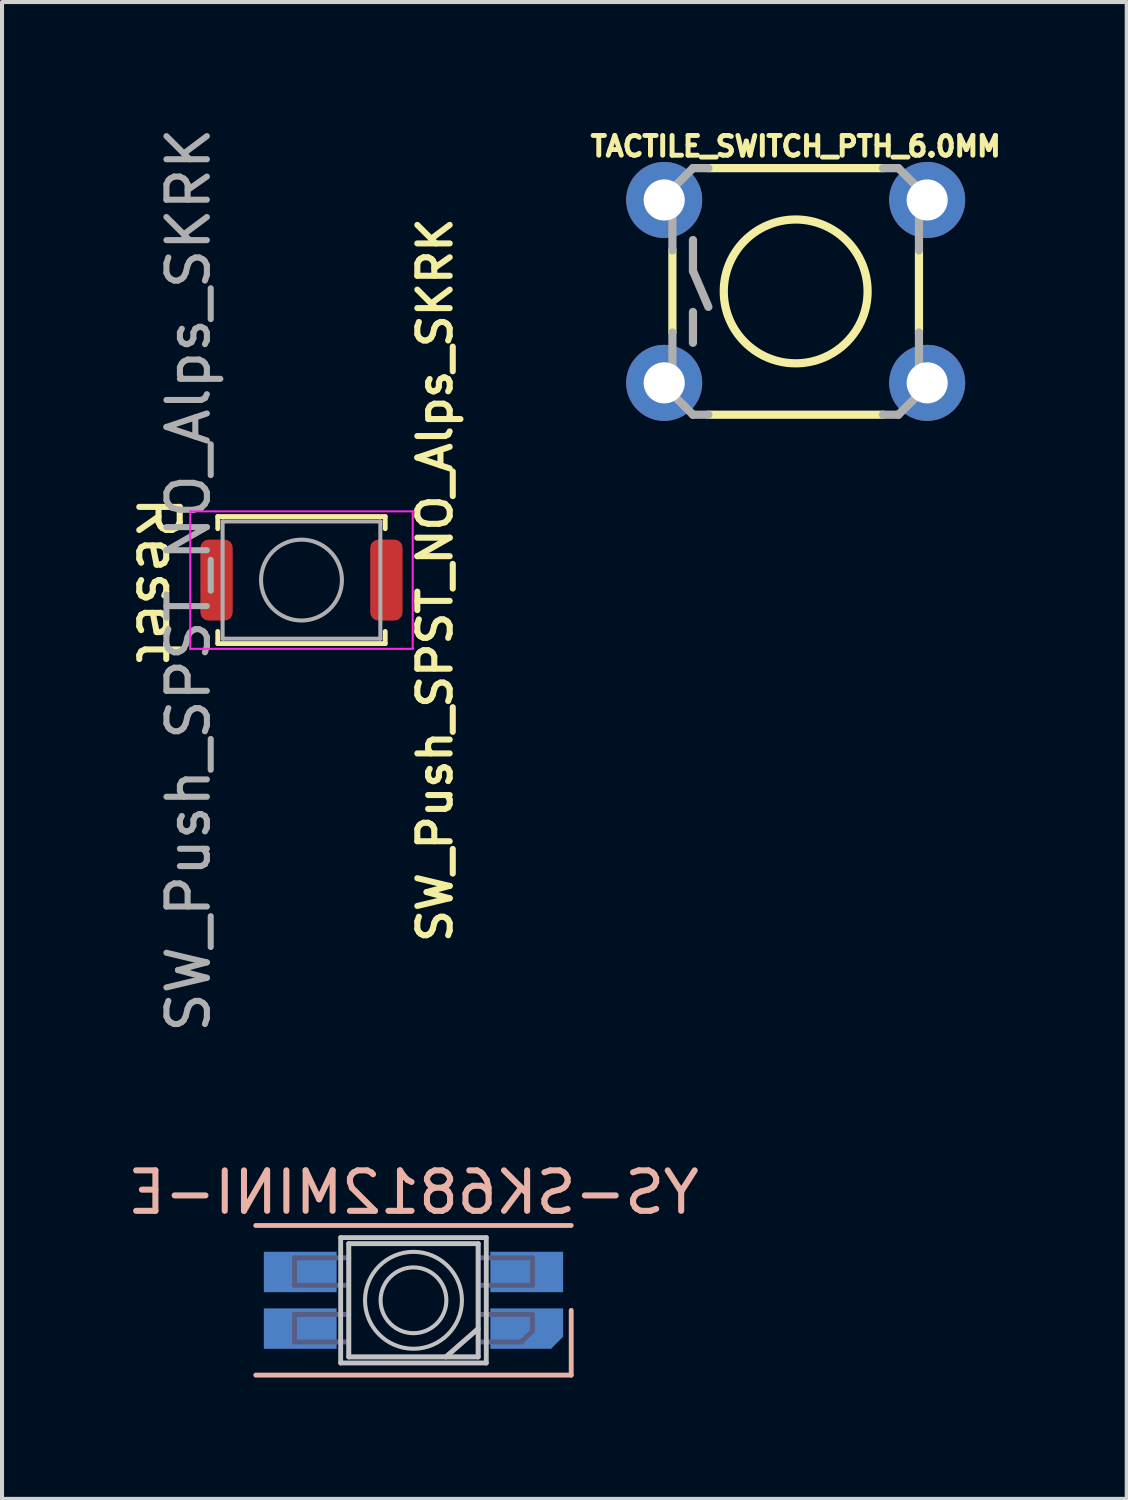
<source format=kicad_pcb>
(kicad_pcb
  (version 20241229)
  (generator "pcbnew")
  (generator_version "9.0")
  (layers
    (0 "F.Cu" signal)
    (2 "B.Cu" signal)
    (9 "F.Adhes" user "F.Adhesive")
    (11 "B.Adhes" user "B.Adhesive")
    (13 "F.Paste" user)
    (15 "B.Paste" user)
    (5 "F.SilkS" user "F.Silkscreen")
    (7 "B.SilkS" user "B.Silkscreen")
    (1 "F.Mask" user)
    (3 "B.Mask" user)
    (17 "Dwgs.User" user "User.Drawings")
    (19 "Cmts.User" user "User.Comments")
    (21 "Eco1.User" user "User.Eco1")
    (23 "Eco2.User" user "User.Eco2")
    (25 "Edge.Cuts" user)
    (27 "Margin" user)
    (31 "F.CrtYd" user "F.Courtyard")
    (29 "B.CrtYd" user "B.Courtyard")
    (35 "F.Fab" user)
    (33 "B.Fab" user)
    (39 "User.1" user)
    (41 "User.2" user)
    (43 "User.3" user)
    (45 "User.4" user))
  (footprint "TACTILE_SWITCH_PTH_6.0MM"
    (layer "F.Cu")
    (at 16.623 4.155)
    (property "Reference" "TACTILE_SWITCH_PTH_6.0MM" (at 0 -3.302 0) (layer "F.SilkS") (effects (font (size 0.488 0.488) (thickness 0.122)) (justify bottom)))
    (fp_line (start -3.048 -1.028) (end -3.048 1.016) (stroke (width 0.203) (type solid)) (layer "F.SilkS"))
    (fp_line (start -2.159 3.048) (end 2.159 3.048) (stroke (width 0.203) (type solid)) (layer "F.SilkS"))
    (fp_line (start 2.159 -3.048) (end -2.159 -3.048) (stroke (width 0.203) (type solid)) (layer "F.SilkS"))
    (fp_line (start 3.048 -0.998) (end 3.048 1.016) (stroke (width 0.203) (type solid)) (layer "F.SilkS"))
    (fp_circle (center 0 0) (end 1.778 0) (stroke (width 0.203) (type solid)) (fill no) (layer "F.SilkS"))
    (fp_line (start -3.048 -2.54) (end -3.048 -1.016) (stroke (width 0.203) (type solid)) (layer "F.Fab"))
    (fp_line (start -3.048 2.54) (end -3.048 1.016) (stroke (width 0.203) (type solid)) (layer "F.Fab"))
    (fp_line (start -2.54 -3.048) (end -3.048 -2.54) (stroke (width 0.203) (type solid)) (layer "F.Fab"))
    (fp_line (start -2.54 -3.048) (end -2.159 -3.048) (stroke (width 0.203) (type solid)) (layer "F.Fab"))
    (fp_line (start -2.54 -1.27) (end -2.54 -0.508) (stroke (width 0.203) (type solid)) (layer "F.Fab"))
    (fp_line (start -2.54 -0.508) (end -2.159 0.381) (stroke (width 0.203) (type solid)) (layer "F.Fab"))
    (fp_line (start -2.54 0.508) (end -2.54 1.27) (stroke (width 0.203) (type solid)) (layer "F.Fab"))
    (fp_line (start -2.54 3.048) (end -3.048 2.54) (stroke (width 0.203) (type solid)) (layer "F.Fab"))
    (fp_line (start -2.54 3.048) (end -2.159 3.048) (stroke (width 0.203) (type solid)) (layer "F.Fab"))
    (fp_line (start 2.54 -3.048) (end 2.159 -3.048) (stroke (width 0.203) (type solid)) (layer "F.Fab"))
    (fp_line (start 2.54 3.048) (end 2.159 3.048) (stroke (width 0.203) (type solid)) (layer "F.Fab"))
    (fp_line (start 2.54 3.048) (end 3.048 2.54) (stroke (width 0.203) (type solid)) (layer "F.Fab"))
    (fp_line (start 3.048 -2.54) (end 2.54 -3.048) (stroke (width 0.203) (type solid)) (layer "F.Fab"))
    (fp_line (start 3.048 -1.016) (end 3.048 -2.54) (stroke (width 0.203) (type solid)) (layer "F.Fab"))
    (fp_line (start 3.048 2.54) (end 3.048 1.016) (stroke (width 0.203) (type solid)) (layer "F.Fab"))
    (pad "1" thru_hole circle (at -3.251 -2.261) (size 1.88 1.88) (drill 1.016) (layers "*.Cu" "*.Mask"))
    (pad "1" thru_hole circle (at 3.251 -2.261) (size 1.88 1.88) (drill 1.016) (layers "*.Cu" "*.Mask"))
    (pad "2" thru_hole circle (at -3.251 2.261) (size 1.88 1.88) (drill 1.016) (layers "*.Cu" "*.Mask"))
    (pad "2" thru_hole circle (at 3.251 2.261) (size 1.88 1.88) (drill 1.016) (layers "*.Cu" "*.Mask")))
  (footprint "SW_Push_SPST_NO_Alps_SKRK"
    (layer "F.Cu")
    (at 4.404 11.292)
    (property "Reference" "SW_Push_SPST_NO_Alps_SKRK" (at 3.302 0 90) (layer "F.SilkS") (effects (font (size 0.8 0.8) (thickness 0.15))))
    (attr smd)
    (fp_line (start -2.07 -1.57) (end 2.07 -1.57) (stroke (width 0.12) (type solid)) (layer "F.SilkS"))
    (fp_line (start -2.07 -1.27) (end -2.07 -1.57) (stroke (width 0.12) (type solid)) (layer "F.SilkS"))
    (fp_line (start -2.07 1.57) (end -2.07 1.27) (stroke (width 0.12) (type solid)) (layer "F.SilkS"))
    (fp_line (start 2.07 -1.57) (end 2.07 -1.27) (stroke (width 0.12) (type solid)) (layer "F.SilkS"))
    (fp_line (start 2.07 1.27) (end 2.07 1.57) (stroke (width 0.12) (type solid)) (layer "F.SilkS"))
    (fp_line (start 2.07 1.57) (end -2.07 1.57) (stroke (width 0.12) (type solid)) (layer "F.SilkS"))
    (fp_line (start -2.75 -1.7) (end 2.75 -1.7) (stroke (width 0.05) (type solid)) (layer "F.CrtYd"))
    (fp_line (start -2.75 1.7) (end -2.75 -1.7) (stroke (width 0.05) (type solid)) (layer "F.CrtYd"))
    (fp_line (start 2.75 -1.7) (end 2.75 1.7) (stroke (width 0.05) (type solid)) (layer "F.CrtYd"))
    (fp_line (start 2.75 1.7) (end -2.75 1.7) (stroke (width 0.05) (type solid)) (layer "F.CrtYd"))
    (fp_line (start -1.95 -1.45) (end 1.95 -1.45) (stroke (width 0.1) (type solid)) (layer "F.Fab"))
    (fp_line (start -1.95 1.45) (end -1.95 -1.45) (stroke (width 0.1) (type solid)) (layer "F.Fab"))
    (fp_line (start 1.95 -1.45) (end 1.95 1.45) (stroke (width 0.1) (type solid)) (layer "F.Fab"))
    (fp_line (start 1.95 1.45) (end -1.95 1.45) (stroke (width 0.1) (type solid)) (layer "F.Fab"))
    (fp_circle (center 0 0) (end 1 0) (stroke (width 0.1) (type solid)) (fill no) (layer "F.Fab"))
    (fp_text user "Reset" (at -3.556 0 270) (unlocked yes) (layer "F.SilkS") (effects (font (size 1 1) (thickness 0.15))))
    (fp_text user "${REFERENCE}" (at -2.794 0 90) (layer "F.Fab") (effects (font (size 1 1) (thickness 0.15))))
    (pad "1" smd roundrect (at -2.1 0) (size 0.8 2) (layers "F.Cu" "F.Mask" "F.Paste") (roundrect_rratio 0.25))
    (pad "2" smd roundrect (at 2.1 0) (size 0.8 2) (layers "F.Cu" "F.Mask" "F.Paste") (roundrect_rratio 0.25)))
  (footprint "YS-SK6812MINI-E"
    (layer "F.Cu")
    (at 7.173 29.099)
    (property "Reference" "YS-SK6812MINI-E" (at 0 -2.667 0) (layer "B.SilkS") (effects (font (size 1 1) (thickness 0.15)) (justify mirror)))
    (attr smd)
    (fp_line (start -3.9 -1.85) (end 3.9 -1.85) (stroke (width 0.12) (type solid)) (layer "B.SilkS"))
    (fp_line (start 3.9 0.25) (end 3.9 1.85) (stroke (width 0.12) (type solid)) (layer "B.SilkS"))
    (fp_line (start 3.9 1.85) (end -3.9 1.85) (stroke (width 0.12) (type solid)) (layer "B.SilkS"))
    (fp_line (start -1.8 -1.55) (end 1.8 -1.55) (stroke (width 0.12) (type solid)) (layer "Dwgs.User"))
    (fp_line (start -1.8 1.55) (end -1.8 -1.55) (stroke (width 0.12) (type solid)) (layer "Dwgs.User"))
    (fp_line (start -1.6 -1.4) (end -1.6 1.4) (stroke (width 0.12) (type solid)) (layer "Dwgs.User"))
    (fp_line (start 1.6 -1.4) (end -1.6 -1.4) (stroke (width 0.12) (type solid)) (layer "Dwgs.User"))
    (fp_line (start 1.6 -1.4) (end 1.6 1.4) (stroke (width 0.12) (type solid)) (layer "Dwgs.User"))
    (fp_line (start 1.6 0.7) (end 0.8 1.4) (stroke (width 0.12) (type solid)) (layer "Dwgs.User"))
    (fp_line (start 1.6 1.4) (end -1.6 1.4) (stroke (width 0.12) (type solid)) (layer "Dwgs.User"))
    (fp_line (start 1.8 -1.55) (end 1.8 1.55) (stroke (width 0.12) (type solid)) (layer "Dwgs.User"))
    (fp_line (start 1.8 1.55) (end -1.8 1.55) (stroke (width 0.12) (type solid)) (layer "Dwgs.User"))
    (fp_circle (center 0 0) (end 0.635 0.508) (stroke (width 0.1) (type default)) (fill no) (layer "Dwgs.User"))
    (fp_circle (center 0 0) (end 1.016 0.635) (stroke (width 0.1) (type default)) (fill no) (layer "Dwgs.User"))
    (fp_line (start -2.94 -1.05) (end -1.6 -1.05) (stroke (width 0.12) (type solid)) (layer "B.Fab"))
    (fp_line (start -2.94 -0.37) (end -2.94 -1.05) (stroke (width 0.12) (type solid)) (layer "B.Fab"))
    (fp_line (start -2.94 0.35) (end -1.6 0.35) (stroke (width 0.12) (type solid)) (layer "B.Fab"))
    (fp_line (start -2.94 1.03) (end -2.94 0.35) (stroke (width 0.12) (type solid)) (layer "B.Fab"))
    (fp_line (start -1.6 -1.4) (end -1.6 1.4) (stroke (width 0.12) (type solid)) (layer "B.Fab"))
    (fp_line (start -1.6 -0.37) (end -2.94 -0.37) (stroke (width 0.12) (type solid)) (layer "B.Fab"))
    (fp_line (start -1.6 1.03) (end -2.94 1.03) (stroke (width 0.12) (type solid)) (layer "B.Fab"))
    (fp_line (start 1.6 -1.4) (end -1.6 -1.4) (stroke (width 0.12) (type solid)) (layer "B.Fab"))
    (fp_line (start 1.6 -1.4) (end 1.6 1.4) (stroke (width 0.12) (type solid)) (layer "B.Fab"))
    (fp_line (start 1.6 -1.05) (end 2.94 -1.05) (stroke (width 0.12) (type solid)) (layer "B.Fab"))
    (fp_line (start 1.6 0.35) (end 2.94 0.35) (stroke (width 0.12) (type solid)) (layer "B.Fab"))
    (fp_line (start 1.6 0.7) (end 0.8 1.4) (stroke (width 0.12) (type solid)) (layer "B.Fab"))
    (fp_line (start 1.6 1.4) (end -1.6 1.4) (stroke (width 0.12) (type solid)) (layer "B.Fab"))
    (fp_line (start 2.667 1.03) (end 1.6 1.03) (stroke (width 0.12) (type solid)) (layer "B.Fab"))
    (fp_line (start 2.667 1.03) (end 2.94 0.762) (stroke (width 0.12) (type default)) (layer "B.Fab"))
    (fp_line (start 2.94 -1.05) (end 2.94 -0.37) (stroke (width 0.12) (type solid)) (layer "B.Fab"))
    (fp_line (start 2.94 -0.37) (end 1.6 -0.37) (stroke (width 0.12) (type solid)) (layer "B.Fab"))
    (fp_line (start 2.94 0.35) (end 2.94 0.762) (stroke (width 0.12) (type solid)) (layer "B.Fab"))
    (pad "1" smd rect (at -2.8 -0.7) (size 1.8 1) (layers "B.Cu" "B.Mask" "B.Paste"))
    (pad "2" smd rect (at -2.8 0.7) (size 1.8 1) (layers "B.Cu" "B.Mask" "B.Paste"))
    (pad "3" smd roundrect (at 2.8 0.7) (size 1.8 1) (layers "B.Cu" "B.Mask" "B.Paste") (roundrect_rratio 0) (chamfer_ratio 0.3) (chamfer bottom_right))
    (pad "4" smd rect (at 2.8 -0.7) (size 1.8 1) (layers "B.Cu" "B.Mask" "B.Paste"))
    (zone (net_name "") (layers "F.Cu" "B.Cu") (hatch full 0.5) (connect_pads) (min_thickness 0.25) (filled_areas_thickness no) (keepout (tracks not_allowed) (vias not_allowed) (pads not_allowed) (copperpour not_allowed) (footprints allowed)) (placement (enabled no)) (fill) (polygon (pts (xy 5.293 27.473) (xy 5.293 30.724) (xy 9.052 30.724) (xy 9.052 27.473)))))
  (gr_rect
    (start -3 -3)
    (end 24.808 34.009)
    (stroke (width 0.1) (type default))
    (fill no)
    (layer "Edge.Cuts")))
</source>
